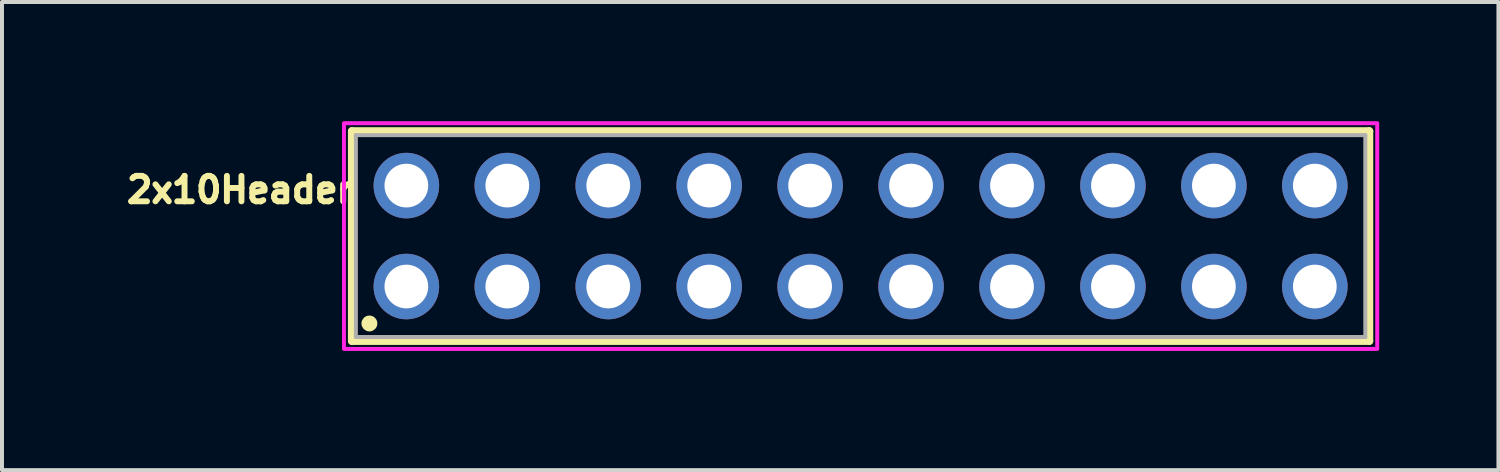
<source format=kicad_pcb>
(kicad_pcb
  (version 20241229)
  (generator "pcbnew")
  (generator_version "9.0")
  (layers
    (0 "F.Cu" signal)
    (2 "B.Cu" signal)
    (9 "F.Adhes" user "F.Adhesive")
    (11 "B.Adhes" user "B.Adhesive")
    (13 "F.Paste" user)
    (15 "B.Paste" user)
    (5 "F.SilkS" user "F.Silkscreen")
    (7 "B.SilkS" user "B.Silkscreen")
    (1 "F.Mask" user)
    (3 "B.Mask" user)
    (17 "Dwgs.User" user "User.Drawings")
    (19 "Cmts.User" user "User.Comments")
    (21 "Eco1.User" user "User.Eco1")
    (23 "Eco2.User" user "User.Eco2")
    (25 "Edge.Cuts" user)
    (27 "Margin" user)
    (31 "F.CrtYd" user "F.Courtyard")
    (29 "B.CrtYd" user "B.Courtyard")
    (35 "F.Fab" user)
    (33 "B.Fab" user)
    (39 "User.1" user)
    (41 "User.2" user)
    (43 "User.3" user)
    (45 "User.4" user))
  (footprint "2x10Header"
    (layer "F.Cu")
    (at 18.605 2.89)
    (property "Reference" "2x10Header" (at -15.61 -1.163 0) (layer "F.SilkS") (effects (font (size 0.64 0.64) (thickness 0.15))))
    (attr through_hole)
    (fp_line (start -12.8 -2.64) (end 12.8 -2.64) (stroke (width 0.2) (type solid)) (layer "F.SilkS"))
    (fp_line (start -12.8 2.64) (end -12.8 -2.64) (stroke (width 0.2) (type solid)) (layer "F.SilkS"))
    (fp_line (start 12.8 -2.64) (end 12.8 2.64) (stroke (width 0.2) (type solid)) (layer "F.SilkS"))
    (fp_line (start 12.8 2.64) (end -12.8 2.64) (stroke (width 0.2) (type solid)) (layer "F.SilkS"))
    (fp_circle (center -12.36 2.2) (end -12.26 2.2) (stroke (width 0.2) (type solid)) (fill no) (layer "F.SilkS"))
    (fp_poly (pts (xy -13 -2.84) (xy 13 -2.84) (xy 13 2.84) (xy -13 2.84)) (stroke (width 0.1) (type solid)) (fill no) (layer "F.CrtYd"))
    (fp_line (start -12.7 -2.54) (end 12.7 -2.54) (stroke (width 0.1) (type solid)) (layer "F.Fab"))
    (fp_line (start -12.7 2.54) (end -12.7 -2.54) (stroke (width 0.1) (type solid)) (layer "F.Fab"))
    (fp_line (start 12.7 -2.54) (end 12.7 2.54) (stroke (width 0.1) (type solid)) (layer "F.Fab"))
    (fp_line (start 12.7 2.54) (end -12.7 2.54) (stroke (width 0.1) (type solid)) (layer "F.Fab"))
    (pad "1" thru_hole circle (at -11.43 1.27) (size 1.65 1.65) (drill 1.1) (layers "*.Cu" "*.Mask"))
    (pad "2" thru_hole circle (at -11.43 -1.27) (size 1.65 1.65) (drill 1.1) (layers "*.Cu" "*.Mask"))
    (pad "3" thru_hole circle (at -8.89 1.27) (size 1.65 1.65) (drill 1.1) (layers "*.Cu" "*.Mask"))
    (pad "4" thru_hole circle (at -8.89 -1.27) (size 1.65 1.65) (drill 1.1) (layers "*.Cu" "*.Mask"))
    (pad "5" thru_hole circle (at -6.35 1.27) (size 1.65 1.65) (drill 1.1) (layers "*.Cu" "*.Mask"))
    (pad "6" thru_hole circle (at -6.35 -1.27) (size 1.65 1.65) (drill 1.1) (layers "*.Cu" "*.Mask"))
    (pad "7" thru_hole circle (at -3.81 1.27) (size 1.65 1.65) (drill 1.1) (layers "*.Cu" "*.Mask"))
    (pad "8" thru_hole circle (at -3.81 -1.27) (size 1.65 1.65) (drill 1.1) (layers "*.Cu" "*.Mask"))
    (pad "9" thru_hole circle (at -1.27 1.27) (size 1.65 1.65) (drill 1.1) (layers "*.Cu" "*.Mask"))
    (pad "10" thru_hole circle (at -1.27 -1.27) (size 1.65 1.65) (drill 1.1) (layers "*.Cu" "*.Mask"))
    (pad "11" thru_hole circle (at 1.27 1.27) (size 1.65 1.65) (drill 1.1) (layers "*.Cu" "*.Mask"))
    (pad "12" thru_hole circle (at 1.27 -1.27) (size 1.65 1.65) (drill 1.1) (layers "*.Cu" "*.Mask"))
    (pad "13" thru_hole circle (at 3.81 1.27) (size 1.65 1.65) (drill 1.1) (layers "*.Cu" "*.Mask"))
    (pad "14" thru_hole circle (at 3.81 -1.27) (size 1.65 1.65) (drill 1.1) (layers "*.Cu" "*.Mask"))
    (pad "15" thru_hole circle (at 6.35 1.27) (size 1.65 1.65) (drill 1.1) (layers "*.Cu" "*.Mask"))
    (pad "16" thru_hole circle (at 6.35 -1.27) (size 1.65 1.65) (drill 1.1) (layers "*.Cu" "*.Mask"))
    (pad "17" thru_hole circle (at 8.89 1.27) (size 1.65 1.65) (drill 1.1) (layers "*.Cu" "*.Mask"))
    (pad "18" thru_hole circle (at 8.89 -1.27) (size 1.65 1.65) (drill 1.1) (layers "*.Cu" "*.Mask"))
    (pad "19" thru_hole circle (at 11.43 1.27) (size 1.65 1.65) (drill 1.1) (layers "*.Cu" "*.Mask"))
    (pad "20" thru_hole circle (at 11.43 -1.27) (size 1.65 1.65) (drill 1.1) (layers "*.Cu" "*.Mask")))
  (gr_rect
    (start -3 -3)
    (end 34.655 8.78)
    (stroke (width 0.1) (type default))
    (fill no)
    (layer "Edge.Cuts")))
</source>
